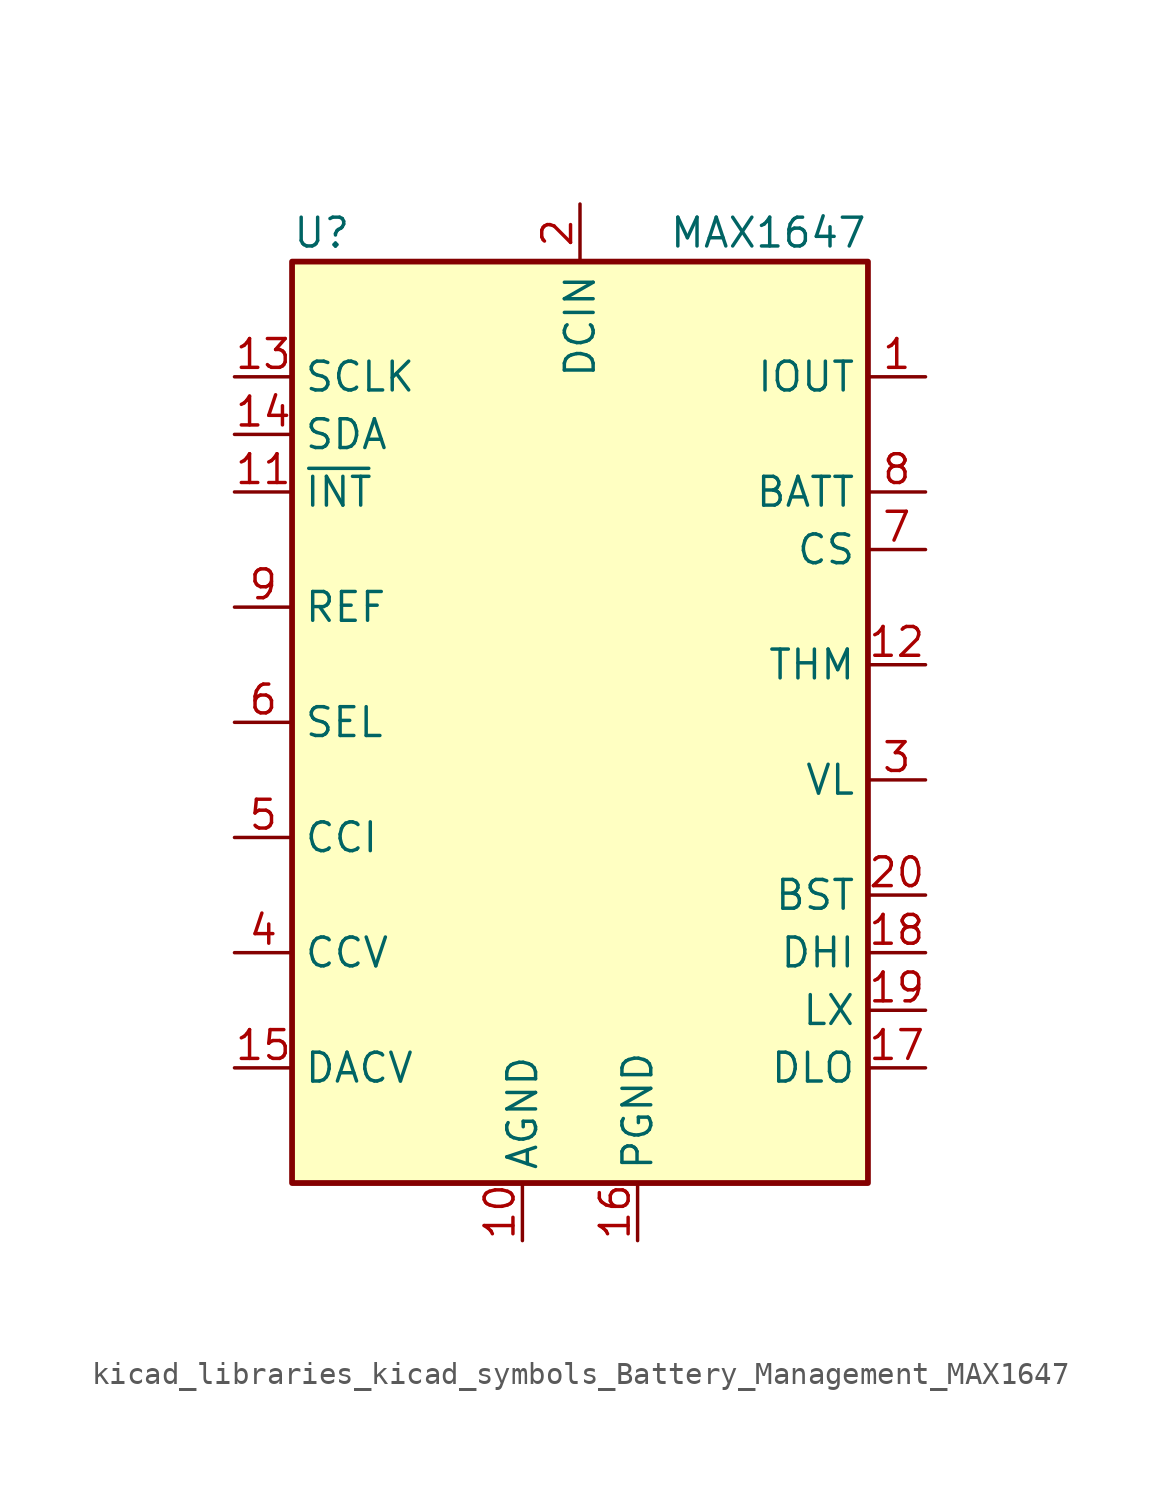
<source format=kicad_sym>
(kicad_symbol_lib
  (version 20220914)
  (generator kicad_symbol_editor)
  (symbol "kicad_libraries_kicad_symbols_Battery_Management_MAX1647"
    (property "Reference" "U"
      (at -12.7 21.59 0)
      (effects (font (size 1.27 1.27)) (justify left)))
    (property "Value" "MAX1647"
      (at 12.7 21.59 0)
      (effects (font (size 1.27 1.27)) (justify right)))
    (symbol "kicad_libraries_kicad_symbols_Battery_Management_MAX1647_0_1"
      (rectangle (start -12.7 20.32) (end 12.7 -20.32) (stroke (width 0.254) (type default)) (fill (type background))))
    (symbol "kicad_libraries_kicad_symbols_Battery_Management_MAX1647_1_1"
      (pin output line (at 15.24 15.24 180) (length 2.54) (name "IOUT" (effects (font (size 1.27 1.27)))) (number "1" (effects (font (size 1.27 1.27)))))
      (pin power_in line (at -2.54 -22.86 90) (length 2.54) (name "AGND" (effects (font (size 1.27 1.27)))) (number "10" (effects (font (size 1.27 1.27)))))
      (pin open_collector line (at -15.24 10.16 0) (length 2.54) (name "~{INT}" (effects (font (size 1.27 1.27)))) (number "11" (effects (font (size 1.27 1.27)))))
      (pin input line (at 15.24 2.54 180) (length 2.54) (name "THM" (effects (font (size 1.27 1.27)))) (number "12" (effects (font (size 1.27 1.27)))))
      (pin input line (at -15.24 15.24 0) (length 2.54) (name "SCLK" (effects (font (size 1.27 1.27)))) (number "13" (effects (font (size 1.27 1.27)))))
      (pin bidirectional line (at -15.24 12.7 0) (length 2.54) (name "SDA" (effects (font (size 1.27 1.27)))) (number "14" (effects (font (size 1.27 1.27)))))
      (pin output line (at -15.24 -15.24 0) (length 2.54) (name "DACV" (effects (font (size 1.27 1.27)))) (number "15" (effects (font (size 1.27 1.27)))))
      (pin power_in line (at 2.54 -22.86 90) (length 2.54) (name "PGND" (effects (font (size 1.27 1.27)))) (number "16" (effects (font (size 1.27 1.27)))))
      (pin output line (at 15.24 -15.24 180) (length 2.54) (name "DLO" (effects (font (size 1.27 1.27)))) (number "17" (effects (font (size 1.27 1.27)))))
      (pin output line (at 15.24 -10.16 180) (length 2.54) (name "DHI" (effects (font (size 1.27 1.27)))) (number "18" (effects (font (size 1.27 1.27)))))
      (pin input line (at 15.24 -12.7 180) (length 2.54) (name "LX" (effects (font (size 1.27 1.27)))) (number "19" (effects (font (size 1.27 1.27)))))
      (pin power_in line (at 0 22.86 270) (length 2.54) (name "DCIN" (effects (font (size 1.27 1.27)))) (number "2" (effects (font (size 1.27 1.27)))))
      (pin power_in line (at 15.24 -7.62 180) (length 2.54) (name "BST" (effects (font (size 1.27 1.27)))) (number "20" (effects (font (size 1.27 1.27)))))
      (pin power_out line (at 15.24 -2.54 180) (length 2.54) (name "VL" (effects (font (size 1.27 1.27)))) (number "3" (effects (font (size 1.27 1.27)))))
      (pin passive line (at -15.24 -10.16 0) (length 2.54) (name "CCV" (effects (font (size 1.27 1.27)))) (number "4" (effects (font (size 1.27 1.27)))))
      (pin passive line (at -15.24 -5.08 0) (length 2.54) (name "CCI" (effects (font (size 1.27 1.27)))) (number "5" (effects (font (size 1.27 1.27)))))
      (pin input line (at -15.24 0 0) (length 2.54) (name "SEL" (effects (font (size 1.27 1.27)))) (number "6" (effects (font (size 1.27 1.27)))))
      (pin input line (at 15.24 7.62 180) (length 2.54) (name "CS" (effects (font (size 1.27 1.27)))) (number "7" (effects (font (size 1.27 1.27)))))
      (pin input line (at 15.24 10.16 180) (length 2.54) (name "BATT" (effects (font (size 1.27 1.27)))) (number "8" (effects (font (size 1.27 1.27)))))
      (pin bidirectional line (at -15.24 5.08 0) (length 2.54) (name "REF" (effects (font (size 1.27 1.27)))) (number "9" (effects (font (size 1.27 1.27))))))))
</source>
